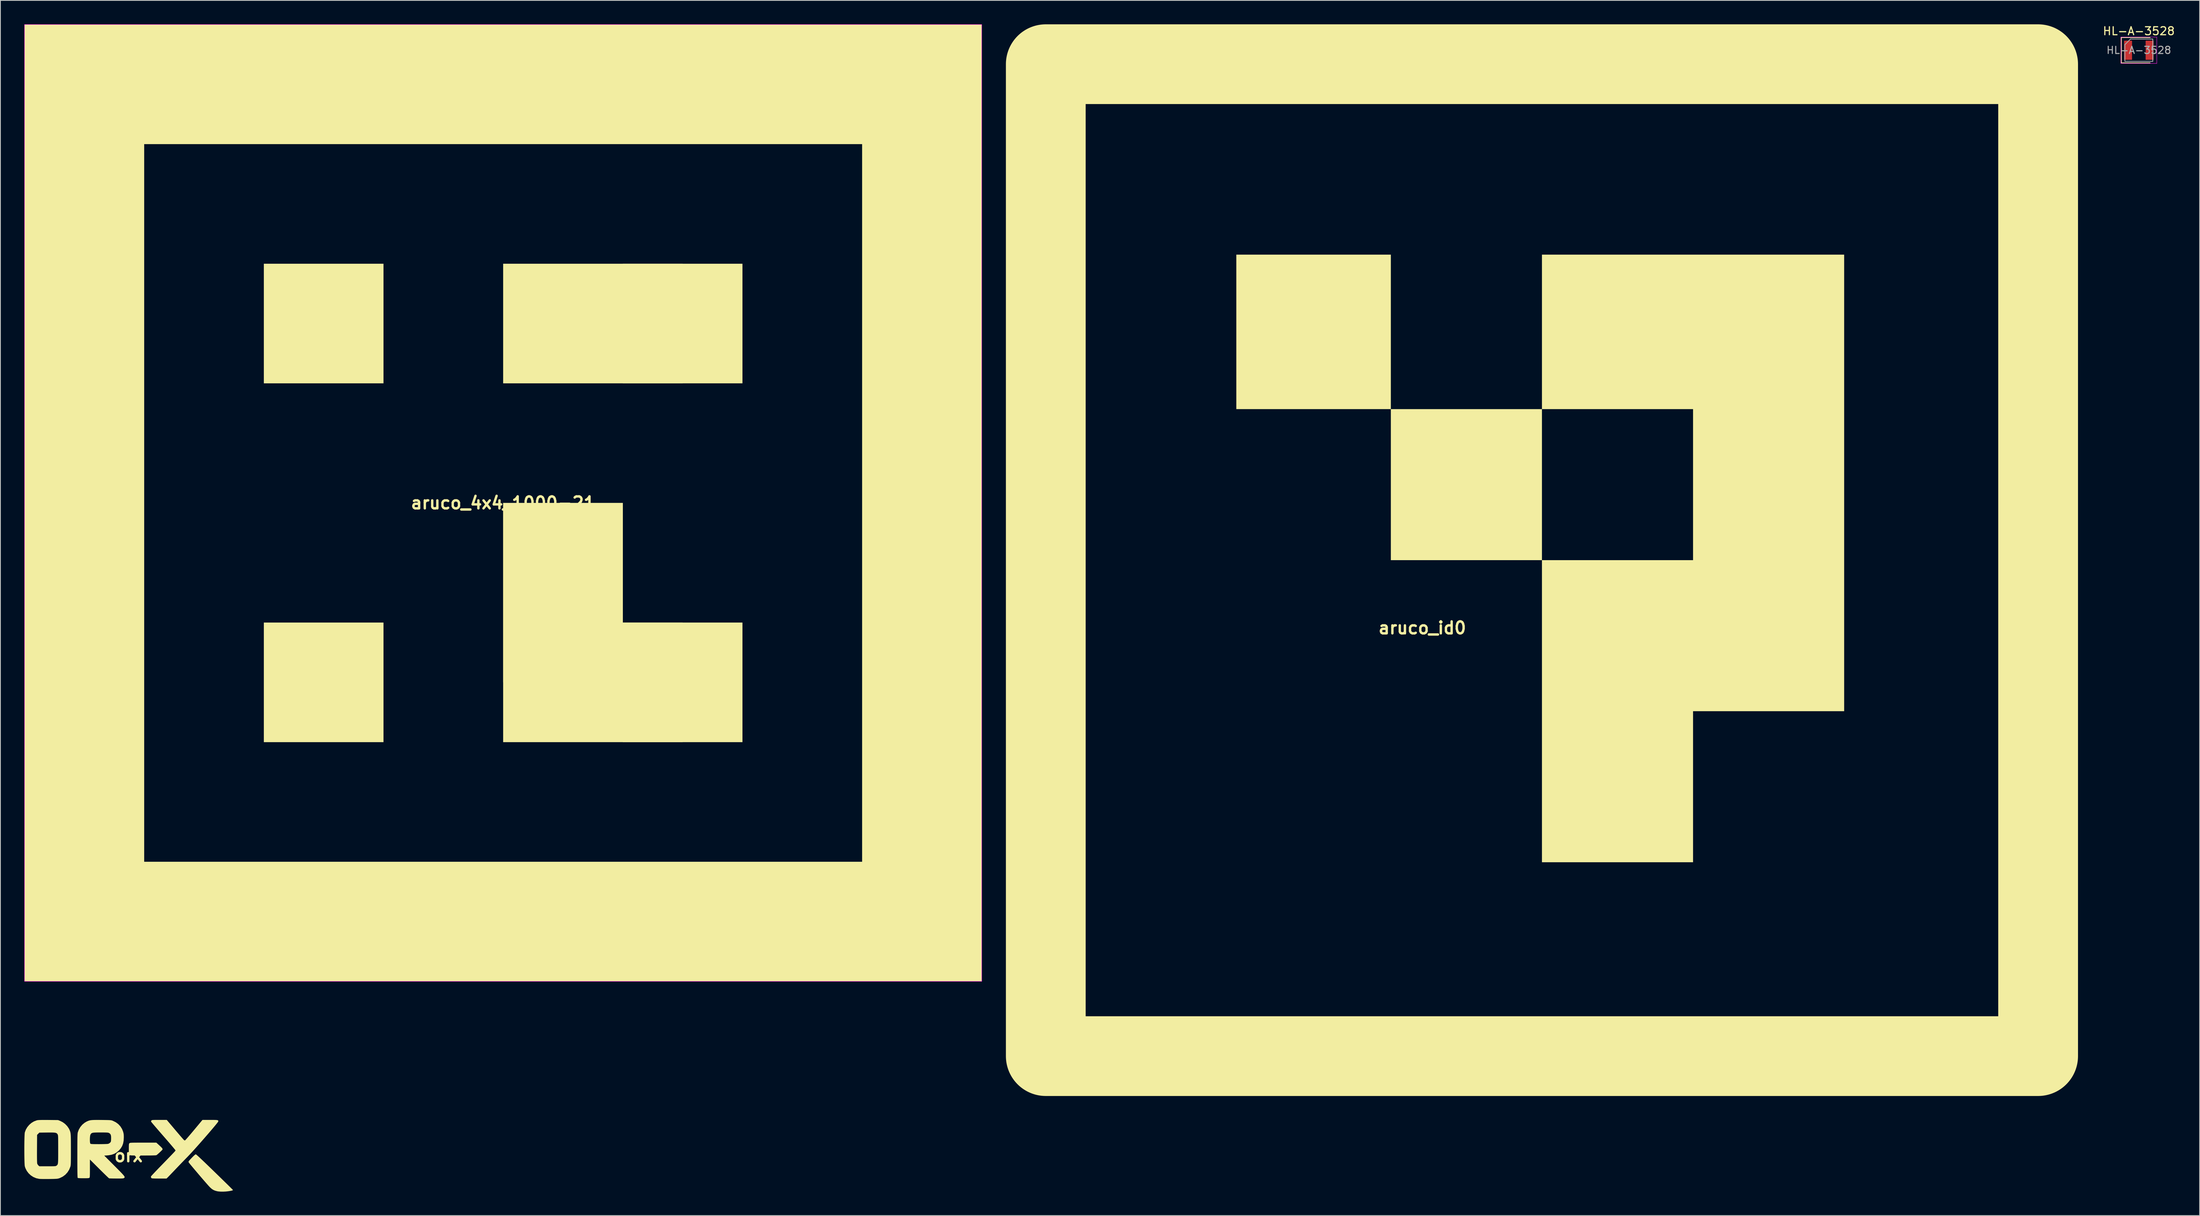
<source format=kicad_pcb>
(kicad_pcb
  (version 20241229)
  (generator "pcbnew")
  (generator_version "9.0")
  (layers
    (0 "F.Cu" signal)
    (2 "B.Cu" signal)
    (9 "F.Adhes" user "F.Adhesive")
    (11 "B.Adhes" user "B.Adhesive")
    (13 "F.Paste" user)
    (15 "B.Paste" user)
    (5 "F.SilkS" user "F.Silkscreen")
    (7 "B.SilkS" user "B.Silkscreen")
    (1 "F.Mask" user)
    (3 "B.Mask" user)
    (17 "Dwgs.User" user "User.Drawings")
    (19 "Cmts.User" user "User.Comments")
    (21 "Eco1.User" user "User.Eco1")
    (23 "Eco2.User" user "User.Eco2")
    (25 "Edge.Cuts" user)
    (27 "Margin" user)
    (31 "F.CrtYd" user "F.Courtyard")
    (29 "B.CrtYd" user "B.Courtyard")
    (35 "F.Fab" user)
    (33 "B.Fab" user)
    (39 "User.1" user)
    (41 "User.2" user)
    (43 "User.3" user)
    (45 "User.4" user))
  (footprint "aruco_4x4_1000-21"
    (layer "F.Cu")
    (at 60.025 60.025)
    (property "Reference" "aruco_4x4_1000-21" (at 0 0 0) (layer "F.SilkS") (effects (font (size 1.5 1.5) (thickness 0.3))))
    (attr board_only exclude_from_pos_files exclude_from_bom)
    (fp_poly (pts (xy -15 -15) (xy -30 -15) (xy -30 -30) (xy -15 -30)) (stroke (width 0) (type solid)) (fill yes) (layer "F.SilkS"))
    (fp_poly (pts (xy -15 30) (xy -30 30) (xy -30 15) (xy -15 15)) (stroke (width 0) (type solid)) (fill yes) (layer "F.SilkS"))
    (fp_poly (pts (xy 15 15) (xy 0 15) (xy 0 0) (xy 15 0)) (stroke (width 0) (type solid)) (fill yes) (layer "F.SilkS"))
    (fp_poly (pts (xy 15 22.5) (xy 0 22.5) (xy 0 0) (xy 15 0)) (stroke (width 0) (type solid)) (fill yes) (layer "F.SilkS"))
    (fp_poly (pts (xy 22.5 -15) (xy 0 -15) (xy 0 -30) (xy 22.5 -30)) (stroke (width 0) (type solid)) (fill yes) (layer "F.SilkS"))
    (fp_poly (pts (xy 22.5 30) (xy 0 30) (xy 0 15) (xy 22.5 15)) (stroke (width 0) (type solid)) (fill yes) (layer "F.SilkS"))
    (fp_poly (pts (xy 30 -15) (xy 15 -15) (xy 15 -30) (xy 30 -30)) (stroke (width 0) (type solid)) (fill yes) (layer "F.SilkS"))
    (fp_poly (pts (xy 30 30) (xy 15 30) (xy 15 15) (xy 30 15)) (stroke (width 0) (type solid)) (fill yes) (layer "F.SilkS"))
    (fp_poly (pts (xy 60 60) (xy -60 60) (xy -60 45) (xy -45 45) (xy 45 45) (xy 45 -45) (xy -45 -45) (xy -45 45) (xy -60 45) (xy -60 -60) (xy 60 -60)) (stroke (width 0) (type solid)) (fill yes) (layer "F.SilkS"))
    (fp_rect (start -60 -60) (end 60 60) (stroke (width 0.05) (type default)) (fill no) (layer "F.CrtYd")))
  (footprint "orx"
    (layer "F.Cu")
    (at 13.062 141.902)
    (property "Reference" "orx" (at 0 0 0) (layer "F.SilkS") (effects (font (size 1.5 1.5) (thickness 0.3))))
    (attr board_only exclude_from_pos_files exclude_from_bom)
    (fp_poly (pts (xy 3.863 -1.307) (xy 4.035 -1.147) (xy 4.155 -1.025) (xy 4.229 -0.934) (xy 4.264 -0.865) (xy 4.266 -0.809) (xy 4.251 -0.775) (xy 4.207 -0.722) (xy 4.12 -0.632) (xy 4.004 -0.52) (xy 3.874 -0.398) (xy 3.744 -0.28) (xy 3.627 -0.179) (xy 3.539 -0.107) (xy 3.501 -0.081) (xy 3.451 -0.069) (xy 3.349 -0.059) (xy 3.189 -0.052) (xy 2.969 -0.046) (xy 2.686 -0.041) (xy 2.335 -0.039) (xy 1.914 -0.038) (xy 1.803 -0.038) (xy 1.413 -0.038) (xy 1.09 -0.038) (xy 0.829 -0.039) (xy 0.622 -0.042) (xy 0.462 -0.045) (xy 0.343 -0.051) (xy 0.258 -0.058) (xy 0.199 -0.067) (xy 0.159 -0.079) (xy 0.133 -0.094) (xy 0.113 -0.113) (xy 0.113 -0.113) (xy 0.085 -0.145) (xy 0.066 -0.187) (xy 0.052 -0.25) (xy 0.044 -0.347) (xy 0.039 -0.487) (xy 0.038 -0.684) (xy 0.038 -0.844) (xy 0.038 -1.083) (xy 0.041 -1.258) (xy 0.046 -1.381) (xy 0.056 -1.464) (xy 0.072 -1.519) (xy 0.094 -1.556) (xy 0.113 -1.576) (xy 0.133 -1.594) (xy 0.159 -1.609) (xy 0.198 -1.621) (xy 0.256 -1.63) (xy 0.341 -1.637) (xy 0.458 -1.643) (xy 0.616 -1.646) (xy 0.821 -1.649) (xy 1.079 -1.65) (xy 1.398 -1.651) (xy 1.785 -1.651) (xy 1.838 -1.651) (xy 3.487 -1.651)) (stroke (width 0) (type solid)) (fill yes) (layer "F.SilkS"))
    (fp_poly (pts (xy 8.468 -0.168) (xy 8.545 -0.107) (xy 8.663 -0.004) (xy 8.824 0.142) (xy 9.029 0.333) (xy 9.28 0.57) (xy 9.578 0.854) (xy 9.925 1.188) (xy 10.322 1.572) (xy 10.77 2.007) (xy 10.794 2.03) (xy 11.14 2.367) (xy 11.47 2.688) (xy 11.78 2.991) (xy 12.067 3.272) (xy 12.327 3.526) (xy 12.555 3.75) (xy 12.747 3.94) (xy 12.901 4.091) (xy 13.011 4.201) (xy 13.074 4.266) (xy 13.088 4.281) (xy 13.075 4.314) (xy 13.007 4.347) (xy 12.88 4.38) (xy 12.687 4.416) (xy 12.518 4.443) (xy 12.196 4.479) (xy 11.865 4.495) (xy 11.547 4.492) (xy 11.264 4.469) (xy 11.105 4.442) (xy 10.848 4.372) (xy 10.626 4.275) (xy 10.422 4.14) (xy 10.216 3.956) (xy 10.084 3.816) (xy 9.956 3.674) (xy 9.797 3.493) (xy 9.612 3.281) (xy 9.407 3.045) (xy 9.189 2.792) (xy 8.963 2.528) (xy 8.735 2.26) (xy 8.511 1.996) (xy 8.296 1.743) (xy 8.098 1.507) (xy 7.921 1.295) (xy 7.772 1.115) (xy 7.656 0.973) (xy 7.58 0.876) (xy 7.554 0.84) (xy 7.529 0.798) (xy 7.52 0.758) (xy 7.531 0.711) (xy 7.569 0.648) (xy 7.64 0.562) (xy 7.748 0.442) (xy 7.9 0.282) (xy 7.981 0.197) (xy 8.164 0.013) (xy 8.302 -0.112) (xy 8.396 -0.177) (xy 8.432 -0.188)) (stroke (width 0) (type solid)) (fill yes) (layer "F.SilkS"))
    (fp_poly (pts (xy 5.868 -3.23) (xy 6.092 -2.965) (xy 6.303 -2.718) (xy 6.494 -2.494) (xy 6.662 -2.301) (xy 6.8 -2.143) (xy 6.904 -2.027) (xy 6.969 -1.958) (xy 6.988 -1.941) (xy 7.065 -1.936) (xy 7.091 -1.941) (xy 7.126 -1.972) (xy 7.204 -2.056) (xy 7.319 -2.185) (xy 7.467 -2.354) (xy 7.641 -2.557) (xy 7.838 -2.789) (xy 8.052 -3.043) (xy 8.208 -3.229) (xy 9.269 -4.502) (xy 10.22 -4.502) (xy 10.528 -4.502) (xy 10.77 -4.499) (xy 10.952 -4.494) (xy 11.083 -4.483) (xy 11.171 -4.465) (xy 11.223 -4.44) (xy 11.248 -4.405) (xy 11.254 -4.358) (xy 11.249 -4.303) (xy 11.222 -4.254) (xy 11.149 -4.155) (xy 11.035 -4.011) (xy 10.885 -3.827) (xy 10.703 -3.608) (xy 10.494 -3.359) (xy 10.262 -3.087) (xy 10.012 -2.795) (xy 9.748 -2.491) (xy 9.476 -2.177) (xy 9.199 -1.861) (xy 8.923 -1.547) (xy 8.651 -1.241) (xy 8.389 -0.948) (xy 8.141 -0.673) (xy 7.912 -0.421) (xy 7.706 -0.198) (xy 7.527 -0.009) (xy 7.428 0.094) (xy 7.204 0.324) (xy 6.943 0.593) (xy 6.661 0.884) (xy 6.374 1.183) (xy 6.096 1.473) (xy 5.843 1.738) (xy 5.837 1.745) (xy 5.627 1.966) (xy 5.428 2.173) (xy 5.249 2.36) (xy 5.096 2.519) (xy 4.977 2.643) (xy 4.897 2.723) (xy 4.872 2.748) (xy 4.764 2.851) (xy 3.852 2.851) (xy 3.539 2.85) (xy 3.295 2.847) (xy 3.113 2.84) (xy 2.987 2.83) (xy 2.91 2.817) (xy 2.88 2.805) (xy 2.82 2.723) (xy 2.809 2.6) (xy 2.809 2.595) (xy 2.836 2.558) (xy 2.909 2.474) (xy 3.025 2.347) (xy 3.178 2.183) (xy 3.363 1.987) (xy 3.574 1.766) (xy 3.807 1.523) (xy 4.041 1.282) (xy 4.397 0.916) (xy 4.703 0.6) (xy 4.965 0.33) (xy 5.185 0.102) (xy 5.367 -0.086) (xy 5.515 -0.241) (xy 5.632 -0.364) (xy 5.722 -0.46) (xy 5.788 -0.533) (xy 5.834 -0.586) (xy 5.864 -0.624) (xy 5.881 -0.649) (xy 5.888 -0.667) (xy 5.89 -0.68) (xy 5.89 -0.682) (xy 5.866 -0.719) (xy 5.797 -0.808) (xy 5.687 -0.942) (xy 5.539 -1.118) (xy 5.36 -1.331) (xy 5.152 -1.574) (xy 4.92 -1.844) (xy 4.668 -2.135) (xy 4.401 -2.442) (xy 4.385 -2.46) (xy 4.116 -2.769) (xy 3.861 -3.063) (xy 3.625 -3.336) (xy 3.411 -3.585) (xy 3.225 -3.803) (xy 3.07 -3.985) (xy 2.952 -4.127) (xy 2.874 -4.222) (xy 2.841 -4.267) (xy 2.841 -4.268) (xy 2.823 -4.347) (xy 2.864 -4.42) (xy 2.87 -4.427) (xy 2.895 -4.45) (xy 2.928 -4.468) (xy 2.978 -4.482) (xy 3.055 -4.491) (xy 3.168 -4.497) (xy 3.327 -4.5) (xy 3.541 -4.502) (xy 3.819 -4.502) (xy 3.866 -4.502) (xy 4.793 -4.502)) (stroke (width 0) (type solid)) (fill yes) (layer "F.SilkS"))
    (fp_poly (pts (xy -10.173 -4.496) (xy -10.028 -4.494) (xy -8.836 -4.482) (xy -8.573 -4.379) (xy -8.249 -4.215) (xy -7.951 -3.995) (xy -7.692 -3.73) (xy -7.487 -3.434) (xy -7.41 -3.283) (xy -7.37 -3.19) (xy -7.336 -3.103) (xy -7.307 -3.015) (xy -7.284 -2.919) (xy -7.265 -2.809) (xy -7.251 -2.676) (xy -7.24 -2.514) (xy -7.233 -2.316) (xy -7.227 -2.075) (xy -7.224 -1.784) (xy -7.223 -1.436) (xy -7.222 -1.023) (xy -7.222 -0.769) (xy -7.222 -0.337) (xy -7.223 0.028) (xy -7.225 0.331) (xy -7.227 0.579) (xy -7.23 0.779) (xy -7.235 0.939) (xy -7.242 1.064) (xy -7.25 1.162) (xy -7.26 1.239) (xy -7.273 1.302) (xy -7.288 1.358) (xy -7.291 1.369) (xy -7.444 1.745) (xy -7.657 2.081) (xy -7.924 2.37) (xy -8.24 2.606) (xy -8.598 2.783) (xy -8.742 2.834) (xy -8.819 2.854) (xy -8.914 2.87) (xy -9.034 2.883) (xy -9.191 2.892) (xy -9.393 2.9) (xy -9.651 2.905) (xy -9.961 2.909) (xy -10.243 2.911) (xy -10.512 2.911) (xy -10.756 2.909) (xy -10.961 2.905) (xy -11.115 2.899) (xy -11.199 2.892) (xy -11.578 2.809) (xy -11.93 2.66) (xy -12.25 2.453) (xy -12.527 2.194) (xy -12.756 1.891) (xy -12.927 1.551) (xy -13.001 1.324) (xy -13.015 1.23) (xy -13.027 1.07) (xy -13.038 0.853) (xy -13.046 0.589) (xy -13.053 0.287) (xy -13.058 -0.044) (xy -13.061 -0.395) (xy -13.061 -0.397) (xy -11.476 -0.397) (xy -11.476 0.021) (xy -11.473 0.365) (xy -11.468 0.634) (xy -11.461 0.828) (xy -11.451 0.948) (xy -11.445 0.982) (xy -11.387 1.101) (xy -11.3 1.207) (xy -11.29 1.217) (xy -11.175 1.313) (xy -10.151 1.313) (xy -9.846 1.313) (xy -9.608 1.312) (xy -9.426 1.309) (xy -9.292 1.304) (xy -9.196 1.297) (xy -9.13 1.286) (xy -9.084 1.27) (xy -9.049 1.25) (xy -9.028 1.235) (xy -8.98 1.197) (xy -8.94 1.16) (xy -8.908 1.117) (xy -8.881 1.062) (xy -8.861 0.988) (xy -8.845 0.888) (xy -8.834 0.756) (xy -8.826 0.585) (xy -8.821 0.368) (xy -8.818 0.099) (xy -8.817 -0.228) (xy -8.817 -0.622) (xy -8.817 -0.814) (xy -8.817 -1.223) (xy -8.818 -1.564) (xy -8.819 -1.843) (xy -8.821 -2.068) (xy -8.824 -2.245) (xy -8.829 -2.381) (xy -8.836 -2.482) (xy -8.844 -2.556) (xy -8.855 -2.609) (xy -8.869 -2.649) (xy -8.885 -2.681) (xy -8.893 -2.694) (xy -8.938 -2.761) (xy -8.989 -2.814) (xy -9.054 -2.854) (xy -9.142 -2.884) (xy -9.262 -2.904) (xy -9.422 -2.916) (xy -9.632 -2.921) (xy -9.901 -2.922) (xy -10.207 -2.919) (xy -11.179 -2.908) (xy -11.321 -2.766) (xy -11.462 -2.625) (xy -11.473 -0.89) (xy -11.476 -0.397) (xy -13.061 -0.397) (xy -13.062 -0.756) (xy -13.062 -1.119) (xy -13.059 -1.474) (xy -13.055 -1.811) (xy -13.048 -2.122) (xy -13.04 -2.398) (xy -13.03 -2.628) (xy -13.018 -2.805) (xy -13.005 -2.919) (xy -13.001 -2.938) (xy -12.875 -3.28) (xy -12.688 -3.598) (xy -12.449 -3.883) (xy -12.169 -4.125) (xy -11.856 -4.314) (xy -11.521 -4.441) (xy -11.421 -4.465) (xy -11.311 -4.479) (xy -11.128 -4.489) (xy -10.876 -4.495) (xy -10.557 -4.497)) (stroke (width 0) (type solid)) (fill yes) (layer "F.SilkS"))
    (fp_poly (pts (xy -3.73 -4.498) (xy -3.387 -4.495) (xy -3.056 -4.491) (xy -2.79 -4.487) (xy -2.58 -4.483) (xy -2.418 -4.477) (xy -2.294 -4.469) (xy -2.2 -4.458) (xy -2.125 -4.444) (xy -2.06 -4.426) (xy -1.997 -4.403) (xy -1.97 -4.393) (xy -1.598 -4.209) (xy -1.279 -3.973) (xy -1.016 -3.689) (xy -0.811 -3.359) (xy -0.689 -3.058) (xy -0.645 -2.907) (xy -0.616 -2.77) (xy -0.599 -2.622) (xy -0.592 -2.439) (xy -0.591 -2.307) (xy -0.612 -1.901) (xy -0.678 -1.545) (xy -0.795 -1.23) (xy -0.966 -0.945) (xy -1.195 -0.678) (xy -1.217 -0.657) (xy -1.488 -0.427) (xy -1.782 -0.256) (xy -2.109 -0.138) (xy -2.483 -0.068) (xy -2.674 -0.05) (xy -3.044 -0.026) (xy -1.766 1.256) (xy -1.459 1.564) (xy -1.202 1.823) (xy -0.99 2.04) (xy -0.821 2.217) (xy -0.691 2.359) (xy -0.596 2.472) (xy -0.532 2.56) (xy -0.496 2.627) (xy -0.485 2.679) (xy -0.494 2.719) (xy -0.52 2.753) (xy -0.56 2.785) (xy -0.571 2.793) (xy -0.609 2.812) (xy -0.668 2.827) (xy -0.756 2.837) (xy -0.883 2.844) (xy -1.06 2.848) (xy -1.295 2.849) (xy -1.518 2.848) (xy -1.768 2.847) (xy -1.994 2.844) (xy -2.186 2.839) (xy -2.331 2.834) (xy -2.419 2.829) (xy -2.439 2.826) (xy -2.476 2.796) (xy -2.561 2.718) (xy -2.688 2.598) (xy -2.85 2.442) (xy -3.043 2.254) (xy -3.26 2.041) (xy -3.497 1.807) (xy -3.667 1.638) (xy -4.84 0.469) (xy -4.84 1.583) (xy -4.84 1.907) (xy -4.842 2.164) (xy -4.845 2.362) (xy -4.85 2.51) (xy -4.858 2.615) (xy -4.868 2.685) (xy -4.882 2.729) (xy -4.899 2.755) (xy -4.899 2.755) (xy -4.931 2.776) (xy -4.986 2.792) (xy -5.074 2.803) (xy -5.206 2.81) (xy -5.392 2.813) (xy -5.642 2.814) (xy -5.918 2.812) (xy -6.124 2.806) (xy -6.266 2.796) (xy -6.348 2.781) (xy -6.371 2.769) (xy -6.38 2.742) (xy -6.388 2.677) (xy -6.394 2.57) (xy -6.4 2.418) (xy -6.405 2.217) (xy -6.409 1.962) (xy -6.411 1.65) (xy -6.414 1.277) (xy -6.415 0.839) (xy -6.416 0.332) (xy -6.416 0.000379) (xy -6.415 -0.532) (xy -6.415 -0.995) (xy -6.414 -1.393) (xy -6.412 -1.731) (xy -6.409 -2.016) (xy -6.408 -2.053) (xy -4.846 -2.053) (xy -4.843 -1.869) (xy -4.831 -1.706) (xy -4.809 -1.584) (xy -4.781 -1.522) (xy -4.754 -1.504) (xy -4.709 -1.49) (xy -4.636 -1.48) (xy -4.528 -1.473) (xy -4.375 -1.468) (xy -4.17 -1.465) (xy -3.903 -1.464) (xy -3.702 -1.463) (xy -3.426 -1.465) (xy -3.168 -1.469) (xy -2.94 -1.475) (xy -2.753 -1.482) (xy -2.618 -1.491) (xy -2.549 -1.501) (xy -2.434 -1.553) (xy -2.323 -1.636) (xy -2.305 -1.653) (xy -2.255 -1.709) (xy -2.222 -1.765) (xy -2.203 -1.837) (xy -2.192 -1.944) (xy -2.185 -2.104) (xy -2.184 -2.15) (xy -2.185 -2.387) (xy -2.208 -2.563) (xy -2.257 -2.693) (xy -2.337 -2.789) (xy -2.441 -2.858) (xy -2.488 -2.879) (xy -2.544 -2.896) (xy -2.621 -2.908) (xy -2.727 -2.917) (xy -2.873 -2.922) (xy -3.068 -2.925) (xy -3.322 -2.926) (xy -3.508 -2.926) (xy -3.829 -2.926) (xy -4.085 -2.921) (xy -4.283 -2.912) (xy -4.434 -2.897) (xy -4.545 -2.872) (xy -4.626 -2.836) (xy -4.686 -2.789) (xy -4.734 -2.726) (xy -4.771 -2.661) (xy -4.803 -2.565) (xy -4.826 -2.419) (xy -4.84 -2.243) (xy -4.846 -2.053) (xy -6.408 -2.053) (xy -6.406 -2.252) (xy -6.401 -2.444) (xy -6.395 -2.598) (xy -6.389 -2.718) (xy -6.381 -2.811) (xy -6.371 -2.881) (xy -6.361 -2.934) (xy -6.36 -2.938) (xy -6.232 -3.287) (xy -6.041 -3.612) (xy -5.798 -3.901) (xy -5.512 -4.14) (xy -5.284 -4.276) (xy -5.16 -4.336) (xy -5.045 -4.385) (xy -4.932 -4.423) (xy -4.809 -4.452) (xy -4.669 -4.473) (xy -4.5 -4.487) (xy -4.293 -4.495) (xy -4.04 -4.498)) (stroke (width 0) (type solid)) (fill yes) (layer "F.SilkS")))
  (footprint "HL-A-3528"
    (layer "F.Cu")
    (at 265.075 3.248)
    (property "Reference" "HL-A-3528" (at 0 -2.4 0) (layer "F.SilkS") (effects (font (size 1 1) (thickness 0.15))))
    (attr smd)
    (fp_line (start -2.2 -1.6) (end -2.2 1.6) (stroke (width 0.12) (type solid)) (layer "F.SilkS"))
    (fp_line (start 1.4 -1.6) (end -2.2 -1.6) (stroke (width 0.12) (type solid)) (layer "F.SilkS"))
    (fp_line (start 1.4 1.6) (end -2.2 1.6) (stroke (width 0.12) (type solid)) (layer "F.SilkS"))
    (fp_line (start -2.25 -1.65) (end 2.25 -1.65) (stroke (width 0.05) (type solid)) (layer "F.CrtYd"))
    (fp_line (start -2.25 1.65) (end -2.25 -1.65) (stroke (width 0.05) (type solid)) (layer "F.CrtYd"))
    (fp_line (start 2.25 -1.65) (end 2.25 1.65) (stroke (width 0.05) (type solid)) (layer "F.CrtYd"))
    (fp_line (start 2.25 1.65) (end -2.25 1.65) (stroke (width 0.05) (type solid)) (layer "F.CrtYd"))
    (fp_line (start -1.75 1.4) (end -1.75 -0.7) (stroke (width 0.1) (type solid)) (layer "F.Fab"))
    (fp_line (start -1.05 -1.4) (end -1.75 -0.7) (stroke (width 0.1) (type solid)) (layer "F.Fab"))
    (fp_line (start -1.05 -1.4) (end 1.75 -1.4) (stroke (width 0.1) (type solid)) (layer "F.Fab"))
    (fp_line (start 1.75 -1.4) (end 1.75 1.4) (stroke (width 0.1) (type solid)) (layer "F.Fab"))
    (fp_line (start 1.75 1.4) (end -1.75 1.4) (stroke (width 0.1) (type solid)) (layer "F.Fab"))
    (fp_text user "${REFERENCE}" (at 0 0 0) (layer "F.Fab") (effects (font (size 0.9 0.9) (thickness 0.135))))
    (pad "1" smd rect (at -1.35 0) (size 1 2.4) (layers "F.Cu" "F.Mask" "F.Paste"))
    (pad "2" smd rect (at 1.35 0) (size 1 2.4) (layers "F.Cu" "F.Mask" "F.Paste")))
  (footprint "aruco_id0"
    (layer "F.Cu")
    (at 190.25 67.2)
    (property "Reference" "aruco_id0" (at -15 8.5 0) (layer "F.SilkS") (effects (font (size 1.5 1.5) (thickness 0.3))))
    (attr board_only exclude_from_pos_files exclude_from_bom)
    (fp_rect (start -62.2 -62.2) (end 62.2 62.2) (stroke (width 10) (type default)) (fill no) (layer "F.SilkS"))
    (fp_poly (pts (xy -18.942 -28.629) (xy -18.942 -18.942) (xy -9.471 -18.942) (xy 0 -18.942) (xy 0 -28.629) (xy 0 -38.315) (xy 18.942 -38.315) (xy 37.885 -38.315) (xy 37.885 -9.686) (xy 37.885 18.942) (xy 28.414 18.942) (xy 18.942 18.942) (xy 18.942 28.414) (xy 18.942 37.885) (xy 9.471 37.885) (xy 0 37.885) (xy 0 18.942) (xy 0 0) (xy -9.471 0) (xy -18.942 0) (xy -18.942 -9.471) (xy 0 -9.471) (xy 0 0) (xy 9.471 0) (xy 18.942 0) (xy 18.942 -9.471) (xy 18.942 -18.942) (xy 9.471 -18.942) (xy 0 -18.942) (xy 0 -9.471) (xy -18.942 -9.471) (xy -18.942 -18.942) (xy -28.629 -18.942) (xy -38.315 -18.942) (xy -38.315 -28.629) (xy -38.315 -38.315) (xy -28.629 -38.315) (xy -18.942 -38.315)) (stroke (width 0) (type solid)) (fill yes) (layer "F.SilkS")))
  (gr_rect
    (start -3 -3)
    (end 272.7 149.397)
    (stroke (width 0.1) (type default))
    (fill no)
    (layer "Edge.Cuts")))
</source>
